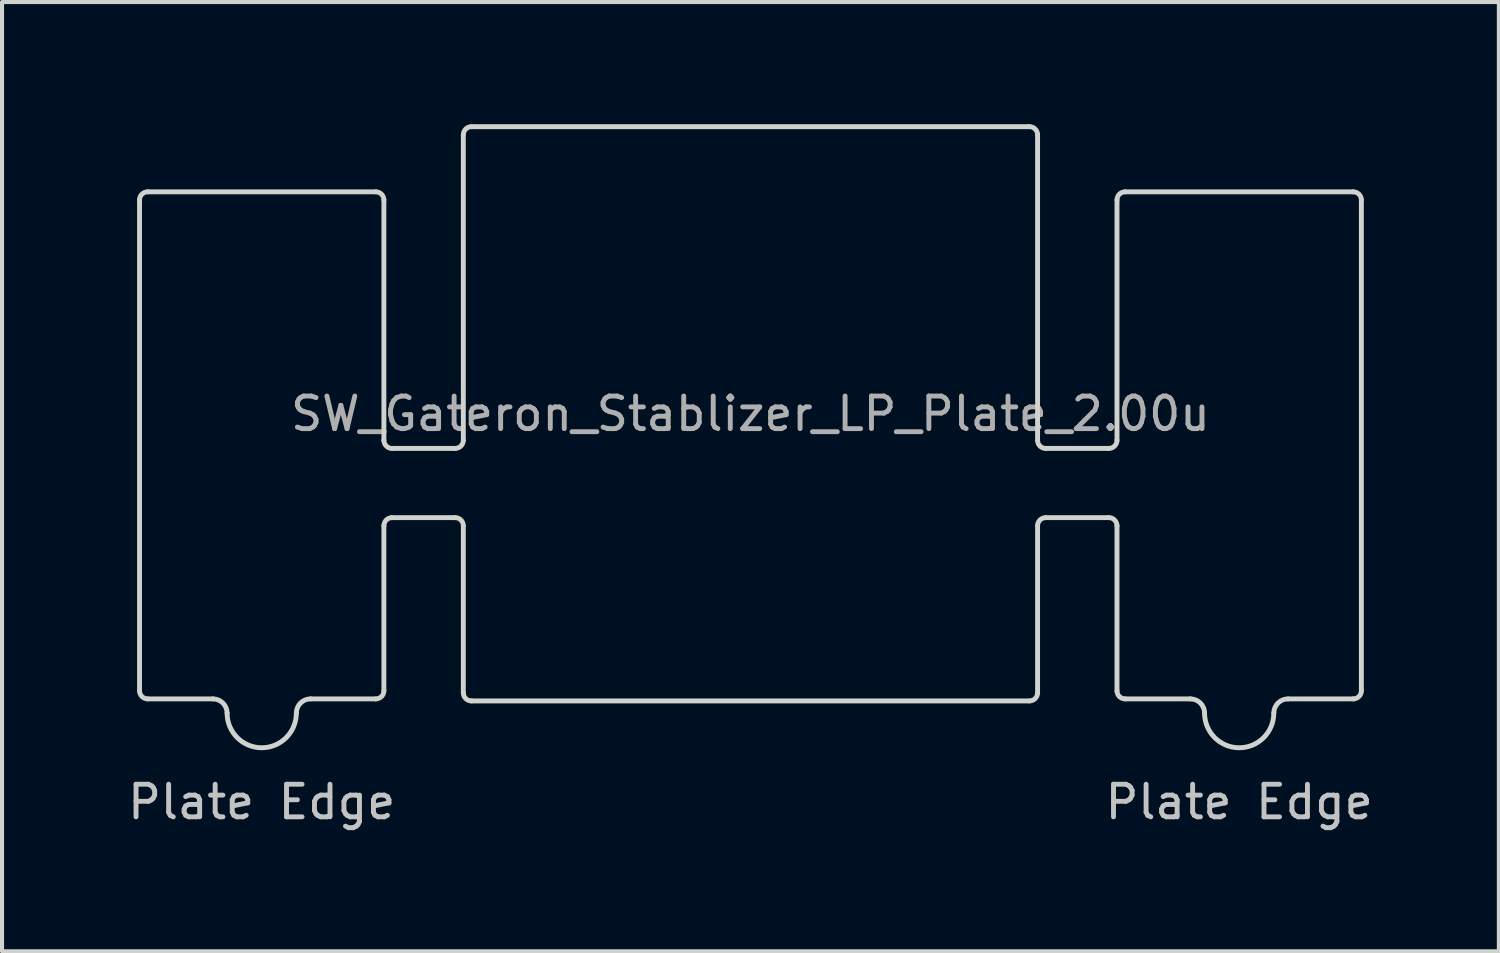
<source format=kicad_pcb>
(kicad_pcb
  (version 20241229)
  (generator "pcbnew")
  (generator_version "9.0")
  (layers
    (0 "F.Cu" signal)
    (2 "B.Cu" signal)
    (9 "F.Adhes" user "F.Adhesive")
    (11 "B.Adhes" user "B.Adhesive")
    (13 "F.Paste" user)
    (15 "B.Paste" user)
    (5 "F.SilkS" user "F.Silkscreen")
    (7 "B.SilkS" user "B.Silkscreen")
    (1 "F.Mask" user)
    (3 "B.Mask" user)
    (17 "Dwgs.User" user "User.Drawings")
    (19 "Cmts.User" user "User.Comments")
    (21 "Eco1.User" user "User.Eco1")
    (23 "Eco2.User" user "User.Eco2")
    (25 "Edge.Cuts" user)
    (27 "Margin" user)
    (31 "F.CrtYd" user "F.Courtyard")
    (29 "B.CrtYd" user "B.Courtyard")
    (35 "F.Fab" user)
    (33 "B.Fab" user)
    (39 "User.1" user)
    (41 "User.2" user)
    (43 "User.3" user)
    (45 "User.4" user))
  (footprint "SW_Gateron_Stablizer_LP_Plate_2.00u"
    (layer "F.Cu")
    (at 15.376 7.11)
    (property "Reference" "SW_Gateron_Stablizer_LP_Plate_2.00u" (at 0 0 0) (layer "F.Fab") (effects (font (size 0.8 0.8) (thickness 0.12))))
    (attr smd)
    (fp_line (start -15 -5.25) (end -15 6.8) (stroke (width 0.12) (type default)) (layer "Edge.Cuts"))
    (fp_line (start -14.8 7) (end -13.2 7) (stroke (width 0.12) (type default)) (layer "Edge.Cuts"))
    (fp_line (start -9.2 -5.45) (end -14.8 -5.45) (stroke (width 0.12) (type default)) (layer "Edge.Cuts"))
    (fp_line (start -9.2 7) (end -10.8 7) (stroke (width 0.12) (type default)) (layer "Edge.Cuts"))
    (fp_line (start -9 -5.25) (end -9 0.65) (stroke (width 0.12) (type default)) (layer "Edge.Cuts"))
    (fp_line (start -9 2.75) (end -9 6.8) (stroke (width 0.12) (type default)) (layer "Edge.Cuts"))
    (fp_line (start -8.8 0.85) (end -7.25 0.85) (stroke (width 0.12) (type default)) (layer "Edge.Cuts"))
    (fp_line (start -7.25 2.55) (end -8.8 2.55) (stroke (width 0.12) (type default)) (layer "Edge.Cuts"))
    (fp_line (start -7.05 0.65) (end -7.05 -6.85) (stroke (width 0.12) (type default)) (layer "Edge.Cuts"))
    (fp_line (start -7.05 2.75) (end -7.05 6.85) (stroke (width 0.12) (type default)) (layer "Edge.Cuts"))
    (fp_line (start -6.85 -7.05) (end 6.85 -7.05) (stroke (width 0.12) (type default)) (layer "Edge.Cuts"))
    (fp_line (start 6.85 7.05) (end -6.85 7.05) (stroke (width 0.12) (type default)) (layer "Edge.Cuts"))
    (fp_line (start 7.05 0.65) (end 7.05 -6.85) (stroke (width 0.12) (type default)) (layer "Edge.Cuts"))
    (fp_line (start 7.05 2.75) (end 7.05 6.85) (stroke (width 0.12) (type default)) (layer "Edge.Cuts"))
    (fp_line (start 7.25 2.55) (end 8.8 2.55) (stroke (width 0.12) (type default)) (layer "Edge.Cuts"))
    (fp_line (start 8.8 0.85) (end 7.25 0.85) (stroke (width 0.12) (type default)) (layer "Edge.Cuts"))
    (fp_line (start 9 -5.25) (end 9 0.65) (stroke (width 0.12) (type default)) (layer "Edge.Cuts"))
    (fp_line (start 9 2.75) (end 9 6.8) (stroke (width 0.12) (type default)) (layer "Edge.Cuts"))
    (fp_line (start 9.2 -5.45) (end 14.8 -5.45) (stroke (width 0.12) (type default)) (layer "Edge.Cuts"))
    (fp_line (start 9.2 7) (end 10.8 7) (stroke (width 0.12) (type default)) (layer "Edge.Cuts"))
    (fp_line (start 14.8 7) (end 13.2 7) (stroke (width 0.12) (type default)) (layer "Edge.Cuts"))
    (fp_line (start 15 -5.25) (end 15 6.8) (stroke (width 0.12) (type default)) (layer "Edge.Cuts"))
    (fp_arc (start -15 -5.25) (mid -14.941421 -5.391421) (end -14.8 -5.45) (stroke (width 0.12) (type default)) (layer "Edge.Cuts"))
    (fp_arc (start -14.8 7) (mid -14.941421 6.941421) (end -15 6.8) (stroke (width 0.12) (type default)) (layer "Edge.Cuts"))
    (fp_arc (start -13.2 7) (mid -12.952513 7.102513) (end -12.85 7.35) (stroke (width 0.12) (type default)) (layer "Edge.Cuts"))
    (fp_arc (start -11.15 7.35) (mid -12 8.2) (end -12.85 7.35) (stroke (width 0.12) (type default)) (layer "Edge.Cuts"))
    (fp_arc (start -11.15 7.35) (mid -11.047487 7.102513) (end -10.8 7) (stroke (width 0.12) (type default)) (layer "Edge.Cuts"))
    (fp_arc (start -9.2 -5.45) (mid -9.058579 -5.391421) (end -9 -5.25) (stroke (width 0.12) (type default)) (layer "Edge.Cuts"))
    (fp_arc (start -9 2.75) (mid -8.941421 2.608579) (end -8.8 2.55) (stroke (width 0.12) (type default)) (layer "Edge.Cuts"))
    (fp_arc (start -9 6.8) (mid -9.058579 6.941421) (end -9.2 7) (stroke (width 0.12) (type default)) (layer "Edge.Cuts"))
    (fp_arc (start -8.8 0.85) (mid -8.941421 0.791421) (end -9 0.65) (stroke (width 0.12) (type default)) (layer "Edge.Cuts"))
    (fp_arc (start -7.25 2.55) (mid -7.108579 2.608579) (end -7.05 2.75) (stroke (width 0.12) (type default)) (layer "Edge.Cuts"))
    (fp_arc (start -7.05 -6.85) (mid -6.991421 -6.991421) (end -6.85 -7.05) (stroke (width 0.12) (type default)) (layer "Edge.Cuts"))
    (fp_arc (start -7.05 0.65) (mid -7.108579 0.791421) (end -7.25 0.85) (stroke (width 0.12) (type default)) (layer "Edge.Cuts"))
    (fp_arc (start -6.85 7.05) (mid -6.991421 6.991421) (end -7.05 6.85) (stroke (width 0.12) (type default)) (layer "Edge.Cuts"))
    (fp_arc (start 6.85 -7.05) (mid 6.991421 -6.991421) (end 7.05 -6.85) (stroke (width 0.12) (type default)) (layer "Edge.Cuts"))
    (fp_arc (start 7.05 2.75) (mid 7.108579 2.608579) (end 7.25 2.55) (stroke (width 0.12) (type default)) (layer "Edge.Cuts"))
    (fp_arc (start 7.05 6.85) (mid 6.991421 6.991421) (end 6.85 7.05) (stroke (width 0.12) (type default)) (layer "Edge.Cuts"))
    (fp_arc (start 7.25 0.85) (mid 7.108579 0.791421) (end 7.05 0.65) (stroke (width 0.12) (type default)) (layer "Edge.Cuts"))
    (fp_arc (start 8.8 2.55) (mid 8.941421 2.608579) (end 9 2.75) (stroke (width 0.12) (type default)) (layer "Edge.Cuts"))
    (fp_arc (start 9 -5.25) (mid 9.058579 -5.391421) (end 9.2 -5.45) (stroke (width 0.12) (type default)) (layer "Edge.Cuts"))
    (fp_arc (start 9 0.65) (mid 8.941421 0.791421) (end 8.8 0.85) (stroke (width 0.12) (type default)) (layer "Edge.Cuts"))
    (fp_arc (start 9.2 7) (mid 9.058579 6.941421) (end 9 6.8) (stroke (width 0.12) (type default)) (layer "Edge.Cuts"))
    (fp_arc (start 10.8 7) (mid 11.047487 7.102513) (end 11.15 7.35) (stroke (width 0.12) (type default)) (layer "Edge.Cuts"))
    (fp_arc (start 12.85 7.35) (mid 12 8.2) (end 11.15 7.35) (stroke (width 0.12) (type default)) (layer "Edge.Cuts"))
    (fp_arc (start 12.85 7.35) (mid 12.952513 7.102513) (end 13.2 7) (stroke (width 0.12) (type default)) (layer "Edge.Cuts"))
    (fp_arc (start 14.8 -5.45) (mid 14.941421 -5.391421) (end 15 -5.25) (stroke (width 0.12) (type default)) (layer "Edge.Cuts"))
    (fp_arc (start 15 6.8) (mid 14.941421 6.941421) (end 14.8 7) (stroke (width 0.12) (type default)) (layer "Edge.Cuts"))
    (fp_text user "Plate Edge" (at 12 10 0) (unlocked yes) (layer "Dwgs.User") (effects (font (size 0.8 0.8) (thickness 0.12)) (justify bottom)))
    (fp_text user "Plate Edge" (at -12 10 0) (unlocked yes) (layer "Dwgs.User") (effects (font (size 0.8 0.8) (thickness 0.12)) (justify bottom))))
  (gr_rect
    (start -3 -3)
    (end 33.752 20.307)
    (stroke (width 0.1) (type default))
    (fill no)
    (layer "Edge.Cuts")))
</source>
